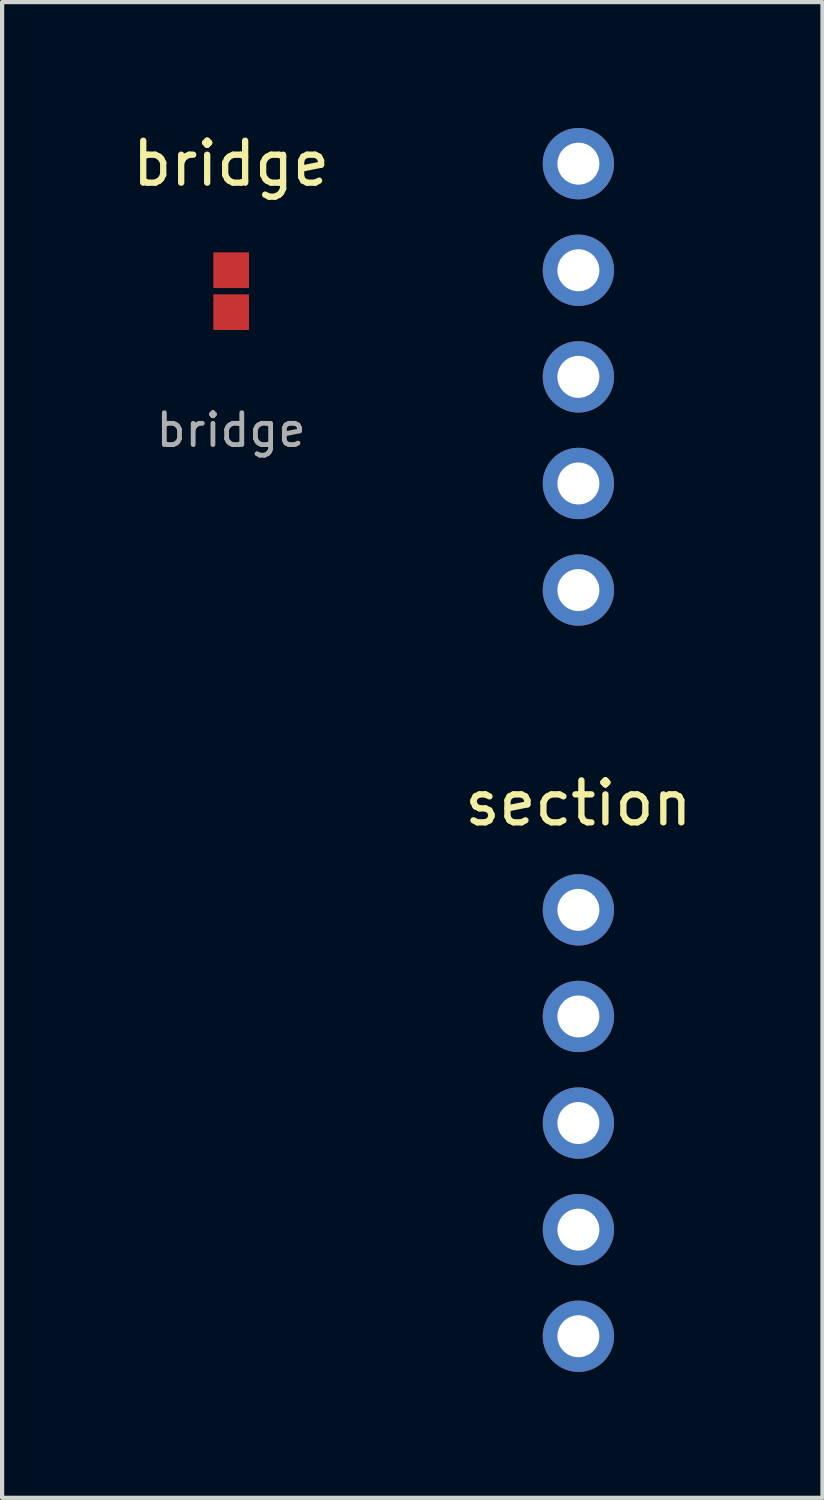
<source format=kicad_pcb>
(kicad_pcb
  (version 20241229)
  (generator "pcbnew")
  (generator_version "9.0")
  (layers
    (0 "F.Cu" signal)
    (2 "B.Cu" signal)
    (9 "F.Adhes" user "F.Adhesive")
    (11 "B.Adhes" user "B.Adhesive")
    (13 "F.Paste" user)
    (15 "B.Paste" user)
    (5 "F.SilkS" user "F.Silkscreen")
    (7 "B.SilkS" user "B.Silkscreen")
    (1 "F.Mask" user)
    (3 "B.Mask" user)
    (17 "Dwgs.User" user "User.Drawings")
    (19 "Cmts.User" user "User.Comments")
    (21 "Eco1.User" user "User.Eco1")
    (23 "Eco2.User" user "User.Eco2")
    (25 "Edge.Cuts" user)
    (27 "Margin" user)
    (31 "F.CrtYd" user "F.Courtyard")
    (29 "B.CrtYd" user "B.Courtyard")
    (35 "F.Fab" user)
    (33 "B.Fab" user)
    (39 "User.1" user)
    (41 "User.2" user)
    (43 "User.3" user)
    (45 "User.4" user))
  (footprint "section"
    (layer "F.Cu")
    (at 10.732 28.79)
    (property "Reference" "section" (at 0 -12.7 0) (layer "F.SilkS") (effects (font (size 1 1) (thickness 0.15))))
    (attr through_hole)
    (pad "1" thru_hole oval (at 0 -10.16) (size 1.7 1.7) (drill 1) (layers "*.Cu" "*.Mask"))
    (pad "1" thru_hole oval (at 0 -7.62) (size 1.7 1.7) (drill 1) (layers "*.Cu" "*.Mask"))
    (pad "1" thru_hole oval (at 0 -5.08) (size 1.7 1.7) (drill 1) (layers "*.Cu" "*.Mask"))
    (pad "1" thru_hole oval (at 0 -2.54) (size 1.7 1.7) (drill 1) (layers "*.Cu" "*.Mask"))
    (pad "1" thru_hole oval (at 0 0) (size 1.7 1.7) (drill 1) (layers "*.Cu" "*.Mask"))
    (pad "2" thru_hole oval (at 0 -27.94) (size 1.7 1.7) (drill 1) (layers "*.Cu" "*.Mask"))
    (pad "2" thru_hole oval (at 0 -25.4) (size 1.7 1.7) (drill 1) (layers "*.Cu" "*.Mask"))
    (pad "2" thru_hole oval (at 0 -22.86) (size 1.7 1.7) (drill 1) (layers "*.Cu" "*.Mask"))
    (pad "2" thru_hole oval (at 0 -20.32) (size 1.7 1.7) (drill 1) (layers "*.Cu" "*.Mask"))
    (pad "2" thru_hole oval (at 0 -17.78) (size 1.7 1.7) (drill 1) (layers "*.Cu" "*.Mask")))
  (footprint "bridge"
    (layer "F.Cu")
    (at 2.458 3.388)
    (property "Reference" "bridge" (at 0 -2.54 0) (layer "F.SilkS") (effects (font (size 1 1) (thickness 0.15))))
    (attr through_hole)
    (fp_text user "${REFERENCE}" (at 0 3.81 180) (layer "F.Fab") (effects (font (size 0.76 0.76) (thickness 0.114))))
    (pad "1" smd rect (at 0 0) (size 0.85 0.85) (layers "F.Cu" "F.Mask" "F.Paste"))
    (pad "2" smd rect (at 0 1) (size 0.85 0.85) (layers "F.Cu" "F.Mask" "F.Paste")))
  (gr_rect
    (start -3 -3)
    (end 16.548 32.64)
    (stroke (width 0.1) (type default))
    (fill no)
    (layer "Edge.Cuts")))
</source>
